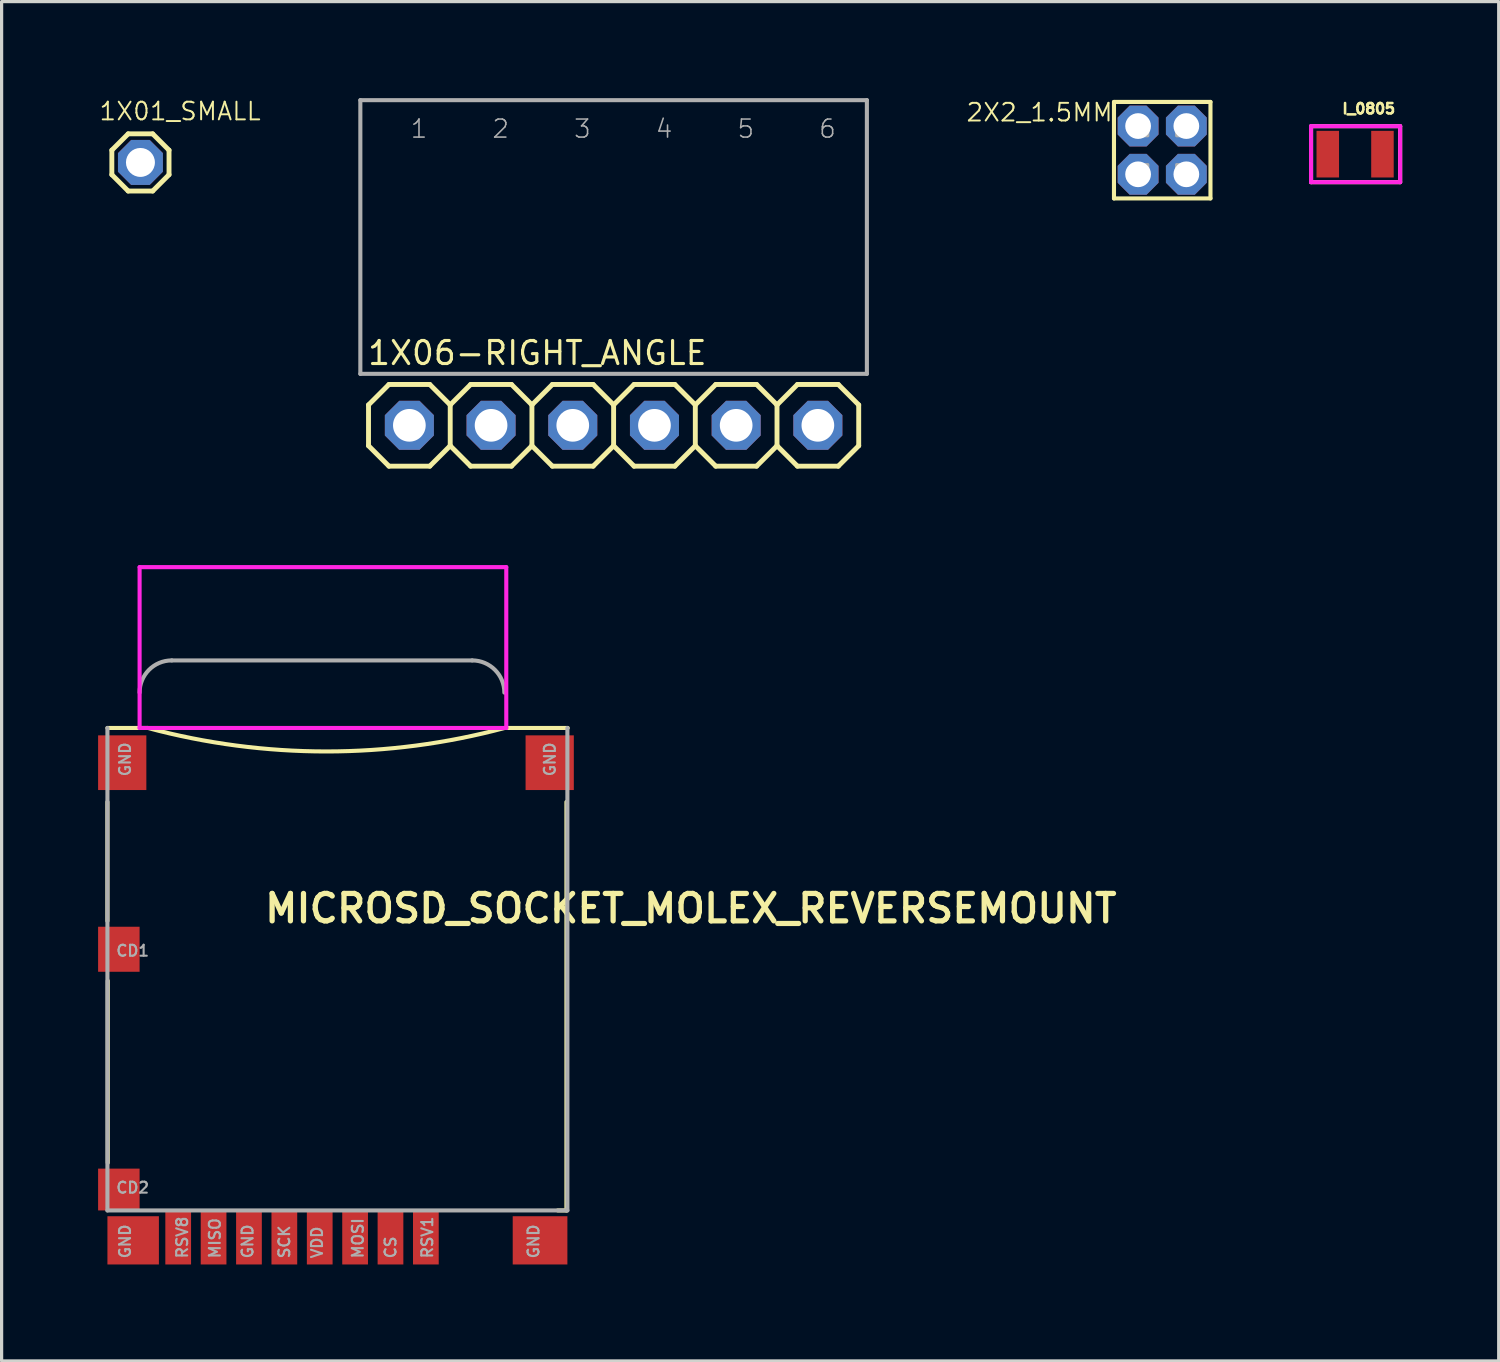
<source format=kicad_pcb>
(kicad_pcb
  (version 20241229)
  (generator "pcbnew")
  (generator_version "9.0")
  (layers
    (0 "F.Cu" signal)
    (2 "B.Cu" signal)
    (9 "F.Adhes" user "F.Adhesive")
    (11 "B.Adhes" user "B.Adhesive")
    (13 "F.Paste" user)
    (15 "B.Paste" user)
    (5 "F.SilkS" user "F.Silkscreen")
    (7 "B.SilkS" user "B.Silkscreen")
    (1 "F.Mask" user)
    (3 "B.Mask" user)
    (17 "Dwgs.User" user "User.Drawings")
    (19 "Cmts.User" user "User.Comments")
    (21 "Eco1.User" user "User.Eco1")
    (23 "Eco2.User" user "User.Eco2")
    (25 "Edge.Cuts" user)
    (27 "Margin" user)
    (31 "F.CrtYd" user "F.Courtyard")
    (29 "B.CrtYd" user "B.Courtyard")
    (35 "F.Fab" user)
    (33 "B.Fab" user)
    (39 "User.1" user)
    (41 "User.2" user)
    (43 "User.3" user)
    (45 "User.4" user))
  (footprint "I_0805"
    (layer "F.Cu")
    (at 39.08 1.743)
    (property "Reference" "I_0805" (at 1.289 -1.413 0) (layer "F.SilkS") (effects (font (size 0.322 0.322) (thickness 0.084)) (justify right)))
    (fp_line (start -1.37 0.87) (end -1.37 -0.87) (stroke (width 0.127) (type solid)) (layer "F.SilkS"))
    (fp_line (start -1.36 -0.87) (end 1.4 -0.87) (stroke (width 0.127) (type solid)) (layer "F.SilkS"))
    (fp_line (start 1.4 -0.87) (end 1.4 0.87) (stroke (width 0.127) (type solid)) (layer "F.SilkS"))
    (fp_line (start 1.4 0.87) (end -1.37 0.87) (stroke (width 0.127) (type solid)) (layer "F.SilkS"))
    (fp_line (start -1.37 -0.87) (end 1.4 -0.87) (stroke (width 0.127) (type solid)) (layer "F.CrtYd"))
    (fp_line (start -1.37 0.87) (end -1.37 -0.87) (stroke (width 0.127) (type solid)) (layer "F.CrtYd"))
    (fp_line (start 1.4 -0.87) (end 1.4 0.87) (stroke (width 0.127) (type solid)) (layer "F.CrtYd"))
    (fp_line (start 1.4 0.87) (end -1.37 0.87) (stroke (width 0.127) (type solid)) (layer "F.CrtYd"))
    (pad "P$1" smd rect (at -0.85 0) (size 0.7 1.45) (layers "F.Cu" "F.Mask" "F.Paste"))
    (pad "P$2" smd rect (at 0.85 0) (size 0.7 1.45) (layers "F.Cu" "F.Mask" "F.Paste")))
  (footprint "1X01_SMALL"
    (layer "F.Cu")
    (at 1.316 2)
    (property "Reference" "1X01_SMALL" (at -1.316 -1.269 0) (layer "F.SilkS") (effects (font (size 0.549 0.549) (thickness 0.061)) (justify left bottom)))
    (fp_line (start -0.889 -0.381) (end -0.889 0.381) (stroke (width 0.152) (type solid)) (layer "F.SilkS"))
    (fp_line (start -0.889 0.381) (end -0.381 0.889) (stroke (width 0.152) (type solid)) (layer "F.SilkS"))
    (fp_line (start -0.381 -0.889) (end -0.889 -0.381) (stroke (width 0.152) (type solid)) (layer "F.SilkS"))
    (fp_line (start -0.381 -0.889) (end 0.381 -0.889) (stroke (width 0.152) (type solid)) (layer "F.SilkS"))
    (fp_line (start 0.381 -0.889) (end 0.889 -0.381) (stroke (width 0.152) (type solid)) (layer "F.SilkS"))
    (fp_line (start 0.381 0.889) (end -0.381 0.889) (stroke (width 0.152) (type solid)) (layer "F.SilkS"))
    (fp_line (start 0.889 -0.381) (end 0.889 0.381) (stroke (width 0.152) (type solid)) (layer "F.SilkS"))
    (fp_line (start 0.889 0.381) (end 0.381 0.889) (stroke (width 0.152) (type solid)) (layer "F.SilkS"))
    (fp_poly (pts (xy -0.254 0.254) (xy 0.254 0.254) (xy 0.254 -0.254) (xy -0.254 -0.254)) (stroke (width 0.1) (type solid)) (fill no) (layer "F.Fab"))
    (pad "1" thru_hole roundrect (at 0 0) (size 1.397 1.397) (drill 0.9) (layers "*.Cu" "*.Mask") (roundrect_rratio 0.25) (chamfer_ratio 0.293) (chamfer top_left top_right bottom_left bottom_right)))
  (footprint "1X06-RIGHT_ANGLE"
    (layer "F.Cu")
    (at 9.677 10.173)
    (property "Reference" "1X06-RIGHT_ANGLE" (at -1.346 -1.829 0) (layer "F.SilkS") (effects (font (size 0.715 0.715) (thickness 0.098)) (justify left bottom)))
    (fp_line (start -1.27 -0.635) (end -1.27 0.635) (stroke (width 0.152) (type solid)) (layer "F.SilkS"))
    (fp_line (start -1.27 0.635) (end -0.635 1.27) (stroke (width 0.152) (type solid)) (layer "F.SilkS"))
    (fp_line (start -0.635 -1.27) (end -1.27 -0.635) (stroke (width 0.152) (type solid)) (layer "F.SilkS"))
    (fp_line (start -0.635 -1.27) (end 0.635 -1.27) (stroke (width 0.152) (type solid)) (layer "F.SilkS"))
    (fp_line (start 0.635 -1.27) (end 1.27 -0.635) (stroke (width 0.152) (type solid)) (layer "F.SilkS"))
    (fp_line (start 0.635 1.27) (end -0.635 1.27) (stroke (width 0.152) (type solid)) (layer "F.SilkS"))
    (fp_line (start 1.27 -0.635) (end 1.27 0.635) (stroke (width 0.152) (type solid)) (layer "F.SilkS"))
    (fp_line (start 1.27 -0.635) (end 1.905 -1.27) (stroke (width 0.152) (type solid)) (layer "F.SilkS"))
    (fp_line (start 1.27 0.635) (end 0.635 1.27) (stroke (width 0.152) (type solid)) (layer "F.SilkS"))
    (fp_line (start 1.905 -1.27) (end 3.175 -1.27) (stroke (width 0.152) (type solid)) (layer "F.SilkS"))
    (fp_line (start 1.905 1.27) (end 1.27 0.635) (stroke (width 0.152) (type solid)) (layer "F.SilkS"))
    (fp_line (start 3.175 -1.27) (end 3.81 -0.635) (stroke (width 0.152) (type solid)) (layer "F.SilkS"))
    (fp_line (start 3.175 1.27) (end 1.905 1.27) (stroke (width 0.152) (type solid)) (layer "F.SilkS"))
    (fp_line (start 3.81 -0.635) (end 3.81 0.635) (stroke (width 0.152) (type solid)) (layer "F.SilkS"))
    (fp_line (start 3.81 -0.635) (end 4.445 -1.27) (stroke (width 0.152) (type solid)) (layer "F.SilkS"))
    (fp_line (start 3.81 0.635) (end 3.175 1.27) (stroke (width 0.152) (type solid)) (layer "F.SilkS"))
    (fp_line (start 4.445 -1.27) (end 5.715 -1.27) (stroke (width 0.152) (type solid)) (layer "F.SilkS"))
    (fp_line (start 4.445 1.27) (end 3.81 0.635) (stroke (width 0.152) (type solid)) (layer "F.SilkS"))
    (fp_line (start 5.715 -1.27) (end 6.35 -0.635) (stroke (width 0.152) (type solid)) (layer "F.SilkS"))
    (fp_line (start 5.715 1.27) (end 4.445 1.27) (stroke (width 0.152) (type solid)) (layer "F.SilkS"))
    (fp_line (start 6.35 -0.635) (end 6.35 0.635) (stroke (width 0.152) (type solid)) (layer "F.SilkS"))
    (fp_line (start 6.35 0.635) (end 5.715 1.27) (stroke (width 0.152) (type solid)) (layer "F.SilkS"))
    (fp_line (start 6.35 0.635) (end 6.985 1.27) (stroke (width 0.152) (type solid)) (layer "F.SilkS"))
    (fp_line (start 6.985 -1.27) (end 6.35 -0.635) (stroke (width 0.152) (type solid)) (layer "F.SilkS"))
    (fp_line (start 6.985 -1.27) (end 8.255 -1.27) (stroke (width 0.152) (type solid)) (layer "F.SilkS"))
    (fp_line (start 8.255 -1.27) (end 8.89 -0.635) (stroke (width 0.152) (type solid)) (layer "F.SilkS"))
    (fp_line (start 8.255 1.27) (end 6.985 1.27) (stroke (width 0.152) (type solid)) (layer "F.SilkS"))
    (fp_line (start 8.89 -0.635) (end 8.89 0.635) (stroke (width 0.152) (type solid)) (layer "F.SilkS"))
    (fp_line (start 8.89 -0.635) (end 9.525 -1.27) (stroke (width 0.152) (type solid)) (layer "F.SilkS"))
    (fp_line (start 8.89 0.635) (end 8.255 1.27) (stroke (width 0.152) (type solid)) (layer "F.SilkS"))
    (fp_line (start 9.525 -1.27) (end 10.795 -1.27) (stroke (width 0.152) (type solid)) (layer "F.SilkS"))
    (fp_line (start 9.525 1.27) (end 8.89 0.635) (stroke (width 0.152) (type solid)) (layer "F.SilkS"))
    (fp_line (start 10.795 -1.27) (end 11.43 -0.635) (stroke (width 0.152) (type solid)) (layer "F.SilkS"))
    (fp_line (start 10.795 1.27) (end 9.525 1.27) (stroke (width 0.152) (type solid)) (layer "F.SilkS"))
    (fp_line (start 11.43 -0.635) (end 11.43 0.635) (stroke (width 0.152) (type solid)) (layer "F.SilkS"))
    (fp_line (start 11.43 0.635) (end 10.795 1.27) (stroke (width 0.152) (type solid)) (layer "F.SilkS"))
    (fp_line (start 11.43 0.635) (end 12.065 1.27) (stroke (width 0.152) (type solid)) (layer "F.SilkS"))
    (fp_line (start 12.065 -1.27) (end 11.43 -0.635) (stroke (width 0.152) (type solid)) (layer "F.SilkS"))
    (fp_line (start 12.065 -1.27) (end 13.335 -1.27) (stroke (width 0.152) (type solid)) (layer "F.SilkS"))
    (fp_line (start 13.335 -1.27) (end 13.97 -0.635) (stroke (width 0.152) (type solid)) (layer "F.SilkS"))
    (fp_line (start 13.335 1.27) (end 12.065 1.27) (stroke (width 0.152) (type solid)) (layer "F.SilkS"))
    (fp_line (start 13.97 -0.635) (end 13.97 0.635) (stroke (width 0.152) (type solid)) (layer "F.SilkS"))
    (fp_line (start 13.97 0.635) (end 13.335 1.27) (stroke (width 0.152) (type solid)) (layer "F.SilkS"))
    (fp_line (start -1.524 -10.109) (end -1.524 -1.6) (stroke (width 0.127) (type solid)) (layer "F.Fab"))
    (fp_line (start -1.524 -1.6) (end 14.224 -1.6) (stroke (width 0.127) (type solid)) (layer "F.Fab"))
    (fp_line (start 14.224 -10.109) (end -1.524 -10.109) (stroke (width 0.127) (type solid)) (layer "F.Fab"))
    (fp_line (start 14.224 -1.6) (end 14.224 -10.109) (stroke (width 0.127) (type solid)) (layer "F.Fab"))
    (fp_poly (pts (xy -0.254 0.254) (xy 0.254 0.254) (xy 0.254 -0.254) (xy -0.254 -0.254)) (stroke (width 0.1) (type solid)) (fill no) (layer "F.Fab"))
    (fp_poly (pts (xy 2.286 0.254) (xy 2.794 0.254) (xy 2.794 -0.254) (xy 2.286 -0.254)) (stroke (width 0.1) (type solid)) (fill no) (layer "F.Fab"))
    (fp_poly (pts (xy 4.826 0.254) (xy 5.334 0.254) (xy 5.334 -0.254) (xy 4.826 -0.254)) (stroke (width 0.1) (type solid)) (fill no) (layer "F.Fab"))
    (fp_poly (pts (xy 7.366 0.254) (xy 7.874 0.254) (xy 7.874 -0.254) (xy 7.366 -0.254)) (stroke (width 0.1) (type solid)) (fill no) (layer "F.Fab"))
    (fp_poly (pts (xy 9.906 0.254) (xy 10.414 0.254) (xy 10.414 -0.254) (xy 9.906 -0.254)) (stroke (width 0.1) (type solid)) (fill no) (layer "F.Fab"))
    (fp_poly (pts (xy 12.446 0.254) (xy 12.954 0.254) (xy 12.954 -0.254) (xy 12.446 -0.254)) (stroke (width 0.1) (type solid)) (fill no) (layer "F.Fab"))
    (fp_text user "1" (at 0 -8.89 0) (layer "F.Fab") (effects (font (size 0.561 0.561) (thickness 0.049)) (justify left bottom)))
    (fp_text user "6" (at 12.7 -8.89 0) (layer "F.Fab") (effects (font (size 0.561 0.561) (thickness 0.049)) (justify left bottom)))
    (fp_text user "3" (at 5.08 -8.89 0) (layer "F.Fab") (effects (font (size 0.561 0.561) (thickness 0.049)) (justify left bottom)))
    (fp_text user "4" (at 7.62 -8.89 0) (layer "F.Fab") (effects (font (size 0.561 0.561) (thickness 0.049)) (justify left bottom)))
    (fp_text user "5" (at 10.16 -8.89 0) (layer "F.Fab") (effects (font (size 0.561 0.561) (thickness 0.049)) (justify left bottom)))
    (fp_text user "2" (at 2.54 -8.89 0) (layer "F.Fab") (effects (font (size 0.561 0.561) (thickness 0.049)) (justify left bottom)))
    (pad "1" thru_hole roundrect (at 0 0 90) (size 1.524 1.524) (drill 1.016) (layers "*.Cu" "*.Mask") (roundrect_rratio 0.25) (chamfer_ratio 0.293) (chamfer top_left top_right bottom_left bottom_right))
    (pad "2" thru_hole roundrect (at 2.54 0 90) (size 1.524 1.524) (drill 1.016) (layers "*.Cu" "*.Mask") (roundrect_rratio 0.25) (chamfer_ratio 0.293) (chamfer top_left top_right bottom_left bottom_right))
    (pad "3" thru_hole roundrect (at 5.08 0 90) (size 1.524 1.524) (drill 1.016) (layers "*.Cu" "*.Mask") (roundrect_rratio 0.25) (chamfer_ratio 0.293) (chamfer top_left top_right bottom_left bottom_right))
    (pad "4" thru_hole roundrect (at 7.62 0 90) (size 1.524 1.524) (drill 1.016) (layers "*.Cu" "*.Mask") (roundrect_rratio 0.25) (chamfer_ratio 0.293) (chamfer top_left top_right bottom_left bottom_right))
    (pad "5" thru_hole roundrect (at 10.16 0 90) (size 1.524 1.524) (drill 1.016) (layers "*.Cu" "*.Mask") (roundrect_rratio 0.25) (chamfer_ratio 0.293) (chamfer top_left top_right bottom_left bottom_right))
    (pad "6" thru_hole roundrect (at 12.7 0 90) (size 1.524 1.524) (drill 1.016) (layers "*.Cu" "*.Mask") (roundrect_rratio 0.25) (chamfer_ratio 0.293) (chamfer top_left top_right bottom_left bottom_right)))
  (footprint "2X2_1.5MM"
    (layer "F.Cu")
    (at 33.083 1.619)
    (property "Reference" "2X2_1.5MM" (at -1.5 -1.495 0) (layer "F.SilkS") (effects (font (size 0.549 0.549) (thickness 0.061)) (justify right top)))
    (fp_line (start -1.5 -1.5) (end 1.5 -1.5) (stroke (width 0.127) (type solid)) (layer "F.SilkS"))
    (fp_line (start -1.5 1.5) (end -1.5 -1.5) (stroke (width 0.127) (type solid)) (layer "F.SilkS"))
    (fp_line (start 1.5 -1.5) (end 1.5 1.5) (stroke (width 0.127) (type solid)) (layer "F.SilkS"))
    (fp_line (start 1.5 1.5) (end -1.5 1.5) (stroke (width 0.127) (type solid)) (layer "F.SilkS"))
    (fp_poly (pts (xy -0.8 -0.45) (xy -0.45 -0.45) (xy -0.45 -0.8) (xy -0.8 -0.8)) (stroke (width 0.1) (type solid)) (fill no) (layer "F.Fab"))
    (fp_poly (pts (xy -0.8 0.8) (xy -0.45 0.8) (xy -0.45 0.45) (xy -0.8 0.45)) (stroke (width 0.1) (type solid)) (fill no) (layer "F.Fab"))
    (fp_poly (pts (xy 0.45 -0.45) (xy 0.8 -0.45) (xy 0.8 -0.8) (xy 0.45 -0.8)) (stroke (width 0.1) (type solid)) (fill no) (layer "F.Fab"))
    (fp_poly (pts (xy 0.45 0.8) (xy 0.8 0.8) (xy 0.8 0.45) (xy 0.45 0.45)) (stroke (width 0.1) (type solid)) (fill no) (layer "F.Fab"))
    (pad "P$1" thru_hole roundrect (at -0.75 -0.75) (size 1.27 1.27) (drill 0.8) (layers "*.Cu" "*.Mask") (roundrect_rratio 0.25) (chamfer_ratio 0.293) (chamfer top_left top_right bottom_left bottom_right))
    (pad "P$2" thru_hole roundrect (at 0.75 -0.75) (size 1.27 1.27) (drill 0.8) (layers "*.Cu" "*.Mask") (roundrect_rratio 0.25) (chamfer_ratio 0.293) (chamfer top_left top_right bottom_left bottom_right))
    (pad "P$3" thru_hole roundrect (at -0.75 0.75) (size 1.27 1.27) (drill 0.8) (layers "*.Cu" "*.Mask") (roundrect_rratio 0.25) (chamfer_ratio 0.293) (chamfer top_left top_right bottom_left bottom_right))
    (pad "P$4" thru_hole roundrect (at 0.75 0.75) (size 1.27 1.27) (drill 0.8) (layers "*.Cu" "*.Mask") (roundrect_rratio 0.25) (chamfer_ratio 0.293) (chamfer top_left top_right bottom_left bottom_right)))
  (footprint "MICROSD_SOCKET_MOLEX_REVERSEMOUNT"
    (layer "F.Cu")
    (at 1.29 34.582)
    (property "Reference" "MICROSD_SOCKET_MOLEX_REVERSEMOUNT" (at 3.81 -8.89 0) (layer "F.SilkS") (effects (font (size 0.853 0.853) (thickness 0.163)) (justify left bottom)))
    (fp_line (start -1 -15) (end 0.254 -15) (stroke (width 0.127) (type solid)) (layer "F.SilkS"))
    (fp_line (start -1 -9) (end -1 -12.7) (stroke (width 0.127) (type solid)) (layer "F.SilkS"))
    (fp_line (start -0.99 -1.48) (end -0.99 -7.14) (stroke (width 0.127) (type solid)) (layer "F.SilkS"))
    (fp_line (start 11.38 -15) (end 13.31 -15) (stroke (width 0.127) (type solid)) (layer "F.SilkS"))
    (fp_line (start 13 0) (end 13.27 0) (stroke (width 0.127) (type solid)) (layer "F.SilkS"))
    (fp_line (start 13.27 0) (end 13.27 -12.7) (stroke (width 0.127) (type solid)) (layer "F.SilkS"))
    (fp_arc (start 11.35 -15) (mid 5.802 -14.269592) (end 0.254 -15) (stroke (width 0.127) (type solid)) (layer "F.SilkS"))
    (fp_line (start 0 -20) (end 11.4 -20) (stroke (width 0.127) (type solid)) (layer "F.CrtYd"))
    (fp_line (start 0 -15) (end 0 -20) (stroke (width 0.127) (type solid)) (layer "F.CrtYd"))
    (fp_line (start 11.4 -20) (end 11.4 -15) (stroke (width 0.127) (type solid)) (layer "F.CrtYd"))
    (fp_line (start 11.4 -15) (end 0 -15) (stroke (width 0.127) (type solid)) (layer "F.CrtYd"))
    (fp_line (start -1 0) (end -1 -15) (stroke (width 0.127) (type solid)) (layer "F.Fab"))
    (fp_line (start -1 0) (end 13.3 0) (stroke (width 0.127) (type solid)) (layer "F.Fab"))
    (fp_line (start 1 -17.1) (end 10.34 -17.1) (stroke (width 0.127) (type solid)) (layer "F.Fab"))
    (fp_line (start 13.3 0) (end 13.3 -15) (stroke (width 0.127) (type solid)) (layer "F.Fab"))
    (fp_arc (start 0 -16.1) (mid 0.292893 -16.807107) (end 1 -17.1) (stroke (width 0.127) (type solid)) (layer "F.Fab"))
    (fp_arc (start 10.34 -17.1) (mid 11.047107 -16.807107) (end 11.34 -16.1) (stroke (width 0.127) (type solid)) (layer "F.Fab"))
    (fp_text user "CD1" (at -0.762 -7.874 0) (layer "F.Fab") (effects (font (size 0.341 0.341) (thickness 0.065)) (justify left bottom)))
    (fp_text user "CS" (at 8.001 1.524 90) (layer "F.Fab") (effects (font (size 0.341 0.341) (thickness 0.065)) (justify left bottom)))
    (fp_text user "RSV1" (at 9.144 1.524 90) (layer "F.Fab") (effects (font (size 0.341 0.341) (thickness 0.065)) (justify left bottom)))
    (fp_text user "SCK" (at 4.699 1.524 90) (layer "F.Fab") (effects (font (size 0.341 0.341) (thickness 0.065)) (justify left bottom)))
    (fp_text user "GND" (at -0.254 1.524 90) (layer "F.Fab") (effects (font (size 0.341 0.341) (thickness 0.065)) (justify left bottom)))
    (fp_text user "GND" (at 12.446 1.524 90) (layer "F.Fab") (effects (font (size 0.341 0.341) (thickness 0.065)) (justify left bottom)))
    (fp_text user "MOSI" (at 6.985 1.524 90) (layer "F.Fab") (effects (font (size 0.341 0.341) (thickness 0.065)) (justify left bottom)))
    (fp_text user "GND" (at 12.954 -13.462 90) (layer "F.Fab") (effects (font (size 0.341 0.341) (thickness 0.065)) (justify left bottom)))
    (fp_text user "VDD" (at 5.715 1.524 90) (layer "F.Fab") (effects (font (size 0.341 0.341) (thickness 0.065)) (justify left bottom)))
    (fp_text user "RSV8" (at 1.524 1.524 90) (layer "F.Fab") (effects (font (size 0.341 0.341) (thickness 0.065)) (justify left bottom)))
    (fp_text user "GND" (at 3.556 1.524 90) (layer "F.Fab") (effects (font (size 0.341 0.341) (thickness 0.065)) (justify left bottom)))
    (fp_text user "CD2" (at -0.762 -0.508 0) (layer "F.Fab") (effects (font (size 0.341 0.341) (thickness 0.065)) (justify left bottom)))
    (fp_text user "MISO" (at 2.54 1.524 90) (layer "F.Fab") (effects (font (size 0.341 0.341) (thickness 0.065)) (justify left bottom)))
    (fp_text user "GND" (at -0.254 -13.462 90) (layer "F.Fab") (effects (font (size 0.341 0.341) (thickness 0.065)) (justify left bottom)))
    (pad "CARD_DETECT1" smd rect (at -0.645 -8.12) (size 1.29 1.4) (layers "F.Cu" "F.Mask" "F.Paste"))
    (pad "CARD_DETECT2" smd rect (at -0.645 -0.65) (size 1.29 1.3) (layers "F.Cu" "F.Mask" "F.Paste"))
    (pad "CS2" smd rect (at 7.8 0.84) (size 0.8 1.68) (layers "F.Cu" "F.Mask" "F.Paste"))
    (pad "GND6" smd rect (at 3.4 0.84) (size 0.8 1.68) (layers "F.Cu" "F.Mask" "F.Paste"))
    (pad "MISO7" smd rect (at 2.3 0.84) (size 0.8 1.68) (layers "F.Cu" "F.Mask" "F.Paste"))
    (pad "MNT1" smd rect (at -0.2 0.93 180) (size 1.6 1.5) (layers "F.Cu" "F.Mask" "F.Paste"))
    (pad "MNT2" smd rect (at 12.45 0.93) (size 1.7 1.5) (layers "F.Cu" "F.Mask" "F.Paste"))
    (pad "MNT3" smd rect (at -0.54 -13.92) (size 1.5 1.7) (layers "F.Cu" "F.Mask" "F.Paste"))
    (pad "MNT4" smd rect (at 12.75 -13.92) (size 1.5 1.7) (layers "F.Cu" "F.Mask" "F.Paste"))
    (pad "MOSI3" smd rect (at 6.7 0.84) (size 0.8 1.68) (layers "F.Cu" "F.Mask" "F.Paste"))
    (pad "NC1" smd rect (at 8.9 0.84) (size 0.8 1.68) (layers "F.Cu" "F.Mask" "F.Paste"))
    (pad "RES8" smd rect (at 1.2 0.84) (size 0.8 1.68) (layers "F.Cu" "F.Mask" "F.Paste"))
    (pad "SCK5" smd rect (at 4.5 0.84) (size 0.8 1.68) (layers "F.Cu" "F.Mask" "F.Paste"))
    (pad "VDD4" smd rect (at 5.6 0.84) (size 0.8 1.68) (layers "F.Cu" "F.Mask" "F.Paste")))
  (gr_rect
    (start -3 -3)
    (end 43.544 39.262)
    (stroke (width 0.1) (type default))
    (fill no)
    (layer "Edge.Cuts")))
</source>
